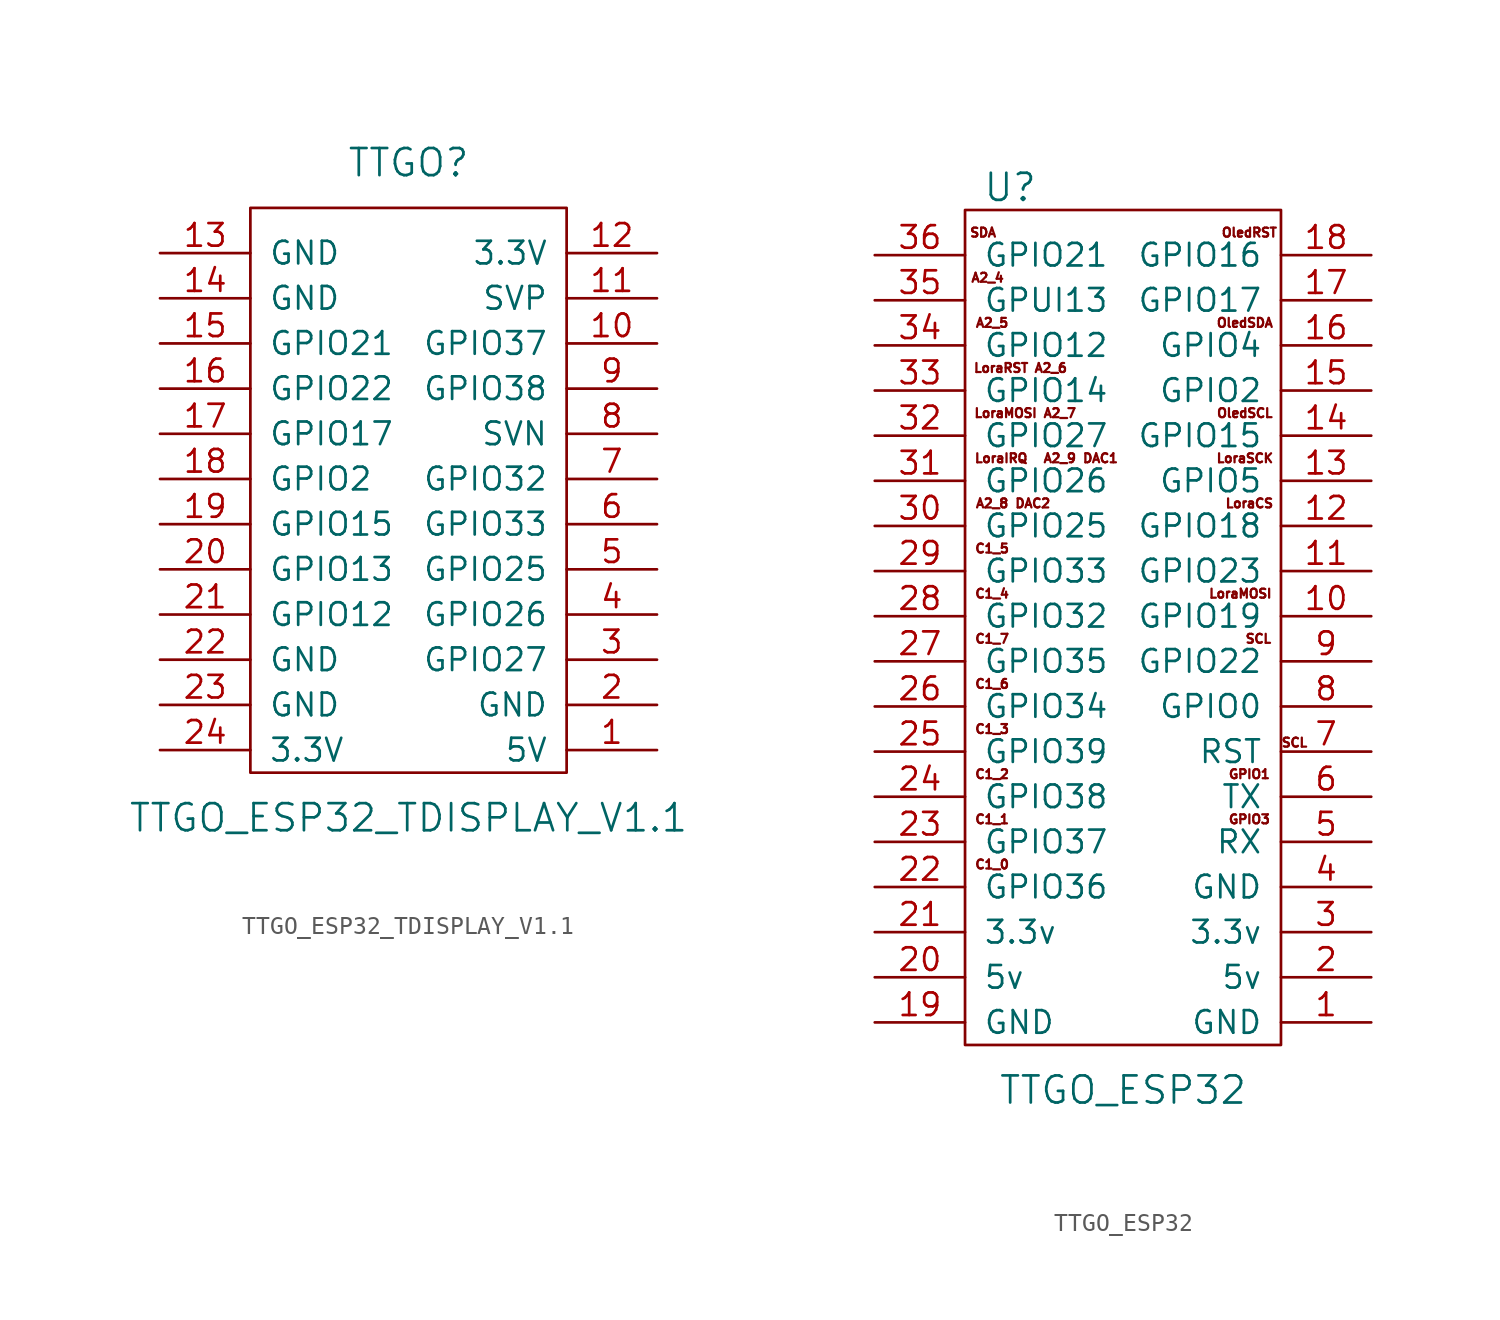
<source format=kicad_sym>
(kicad_symbol_lib
  (version 20211014)
  (generator kicad_symbol_editor)
  (symbol "TTGO_ESP32_TDISPLAY_V1.1"
    (pin_names
      (offset 1.016))
    (property "Reference" "TTGO"
      (at 8.89 34.29 0)
      (effects (font (size 1.524 1.524))))
    (property "Value" "TTGO_ESP32_TDISPLAY_V1.1"
      (at 8.89 -2.54 0)
      (effects (font (size 1.524 1.524))))
    (symbol "TTGO_ESP32_TDISPLAY_V1.1_0_1"
      (rectangle (start 0 0) (end 17.78 31.75) (stroke (width 0) (type default) (color 0 0 0 0)) (fill (type none))))
    (symbol "TTGO_ESP32_TDISPLAY_V1.1_1_1"
      (pin unspecified line (at 22.86 1.27 180) (length 5.08) (name "5V" (effects (font (size 1.27 1.27)))) (number "1" (effects (font (size 1.27 1.27)))))
      (pin unspecified line (at 22.86 24.13 180) (length 5.08) (name "GPIO37" (effects (font (size 1.27 1.27)))) (number "10" (effects (font (size 1.27 1.27)))))
      (pin unspecified line (at 22.86 26.67 180) (length 5.08) (name "SVP" (effects (font (size 1.27 1.27)))) (number "11" (effects (font (size 1.27 1.27)))))
      (pin unspecified line (at 22.86 29.21 180) (length 5.08) (name "3.3V" (effects (font (size 1.27 1.27)))) (number "12" (effects (font (size 1.27 1.27)))))
      (pin unspecified line (at -5.08 29.21 0) (length 5.08) (name "GND" (effects (font (size 1.27 1.27)))) (number "13" (effects (font (size 1.27 1.27)))))
      (pin unspecified line (at -5.08 26.67 0) (length 5.08) (name "GND" (effects (font (size 1.27 1.27)))) (number "14" (effects (font (size 1.27 1.27)))))
      (pin unspecified line (at -5.08 24.13 0) (length 5.08) (name "GPIO21" (effects (font (size 1.27 1.27)))) (number "15" (effects (font (size 1.27 1.27)))))
      (pin unspecified line (at -5.08 21.59 0) (length 5.08) (name "GPIO22" (effects (font (size 1.27 1.27)))) (number "16" (effects (font (size 1.27 1.27)))))
      (pin unspecified line (at -5.08 19.05 0) (length 5.08) (name "GPIO17" (effects (font (size 1.27 1.27)))) (number "17" (effects (font (size 1.27 1.27)))))
      (pin unspecified line (at -5.08 16.51 0) (length 5.08) (name "GPIO2" (effects (font (size 1.27 1.27)))) (number "18" (effects (font (size 1.27 1.27)))))
      (pin unspecified line (at -5.08 13.97 0) (length 5.08) (name "GPIO15" (effects (font (size 1.27 1.27)))) (number "19" (effects (font (size 1.27 1.27)))))
      (pin unspecified line (at 22.86 3.81 180) (length 5.08) (name "GND" (effects (font (size 1.27 1.27)))) (number "2" (effects (font (size 1.27 1.27)))))
      (pin unspecified line (at -5.08 11.43 0) (length 5.08) (name "GPIO13" (effects (font (size 1.27 1.27)))) (number "20" (effects (font (size 1.27 1.27)))))
      (pin unspecified line (at -5.08 8.89 0) (length 5.08) (name "GPIO12" (effects (font (size 1.27 1.27)))) (number "21" (effects (font (size 1.27 1.27)))))
      (pin unspecified line (at -5.08 6.35 0) (length 5.08) (name "GND" (effects (font (size 1.27 1.27)))) (number "22" (effects (font (size 1.27 1.27)))))
      (pin unspecified line (at -5.08 3.81 0) (length 5.08) (name "GND" (effects (font (size 1.27 1.27)))) (number "23" (effects (font (size 1.27 1.27)))))
      (pin unspecified line (at -5.08 1.27 0) (length 5.08) (name "3.3V" (effects (font (size 1.27 1.27)))) (number "24" (effects (font (size 1.27 1.27)))))
      (pin unspecified line (at 22.86 6.35 180) (length 5.08) (name "GPIO27" (effects (font (size 1.27 1.27)))) (number "3" (effects (font (size 1.27 1.27)))))
      (pin unspecified line (at 22.86 8.89 180) (length 5.08) (name "GPIO26" (effects (font (size 1.27 1.27)))) (number "4" (effects (font (size 1.27 1.27)))))
      (pin unspecified line (at 22.86 11.43 180) (length 5.08) (name "GPIO25" (effects (font (size 1.27 1.27)))) (number "5" (effects (font (size 1.27 1.27)))))
      (pin unspecified line (at 22.86 13.97 180) (length 5.08) (name "GPIO33" (effects (font (size 1.27 1.27)))) (number "6" (effects (font (size 1.27 1.27)))))
      (pin unspecified line (at 22.86 16.51 180) (length 5.08) (name "GPIO32" (effects (font (size 1.27 1.27)))) (number "7" (effects (font (size 1.27 1.27)))))
      (pin unspecified line (at 22.86 19.05 180) (length 5.08) (name "SVN" (effects (font (size 1.27 1.27)))) (number "8" (effects (font (size 1.27 1.27)))))
      (pin unspecified line (at 22.86 21.59 180) (length 5.08) (name "GPIO38" (effects (font (size 1.27 1.27)))) (number "9" (effects (font (size 1.27 1.27)))))))
  (symbol "TTGO_ESP32"
    (pin_names
      (offset 1.016))
    (property "Reference" "U"
      (at 2.54 48.26 0)
      (effects (font (size 1.524 1.524))))
    (property "Value" "TTGO_ESP32"
      (at 8.89 -2.54 0)
      (effects (font (size 1.524 1.524))))
    (symbol "TTGO_ESP32_0_0"
      (text "A2_4" (at 1.27 43.18 0) (effects (font (size 0.508 0.508))))
      (text "A2_5" (at 1.524 40.64 0) (effects (font (size 0.508 0.508))))
      (text "A2_6" (at 4.826 38.1 0) (effects (font (size 0.508 0.508))))
      (text "A2_7" (at 5.334 35.56 0) (effects (font (size 0.508 0.508))))
      (text "A2_8" (at 1.524 30.48 0) (effects (font (size 0.508 0.508))))
      (text "A2_9" (at 5.334 33.02 0) (effects (font (size 0.508 0.508))))
      (text "C1_0" (at 1.524 10.16 0) (effects (font (size 0.508 0.508))))
      (text "C1_1" (at 1.524 12.7 0) (effects (font (size 0.508 0.508))))
      (text "C1_2" (at 1.524 15.24 0) (effects (font (size 0.508 0.508))))
      (text "C1_3" (at 1.524 17.78 0) (effects (font (size 0.508 0.508))))
      (text "C1_4" (at 1.524 25.4 0) (effects (font (size 0.508 0.508))))
      (text "C1_5" (at 1.524 27.94 0) (effects (font (size 0.508 0.508))))
      (text "C1_6" (at 1.524 20.32 0) (effects (font (size 0.508 0.508))))
      (text "C1_7" (at 1.524 22.86 0) (effects (font (size 0.508 0.508))))
      (text "DAC1" (at 7.62 33.02 0) (effects (font (size 0.508 0.508))))
      (text "DAC2" (at 3.81 30.48 0) (effects (font (size 0.508 0.508))))
      (text "GPIO1" (at 16.002 15.24 0) (effects (font (size 0.508 0.508))))
      (text "GPIO3" (at 16.002 12.7 0) (effects (font (size 0.508 0.508))))
      (text "LoraCS" (at 16.002 30.48 0) (effects (font (size 0.508 0.508))))
      (text "LoraIRQ" (at 2.032 33.02 0) (effects (font (size 0.508 0.508))))
      (text "LoraMOSI" (at 2.286 35.56 0) (effects (font (size 0.508 0.508))))
      (text "LoraMOSI" (at 15.494 25.4 0) (effects (font (size 0.508 0.508))))
      (text "LoraRST" (at 2.032 38.1 0) (effects (font (size 0.508 0.508))))
      (text "LoraSCK" (at 15.748 33.02 0) (effects (font (size 0.508 0.508))))
      (text "OledRST" (at 16.002 45.72 0) (effects (font (size 0.508 0.508))))
      (text "OledSCL" (at 15.748 35.56 0) (effects (font (size 0.508 0.508))))
      (text "OledSDA" (at 15.748 40.64 0) (effects (font (size 0.508 0.508))))
      (text "SCL" (at 16.51 22.86 0) (effects (font (size 0.508 0.508))))
      (text "SCL" (at 18.542 17.018 0) (effects (font (size 0.508 0.508))))
      (text "SDA" (at 1.016 45.72 0) (effects (font (size 0.508 0.508)))))
    (symbol "TTGO_ESP32_0_1"
      (rectangle (start 0 46.99) (end 17.78 0) (stroke (width 0) (type default) (color 0 0 0 0)) (fill (type none))))
    (symbol "TTGO_ESP32_1_1"
      (pin unspecified line (at 22.86 1.27 180) (length 5.08) (name "GND" (effects (font (size 1.27 1.27)))) (number "1" (effects (font (size 1.27 1.27)))))
      (pin unspecified line (at 22.86 24.13 180) (length 5.08) (name "GPIO19" (effects (font (size 1.27 1.27)))) (number "10" (effects (font (size 1.27 1.27)))))
      (pin unspecified line (at 22.86 26.67 180) (length 5.08) (name "GPIO23" (effects (font (size 1.27 1.27)))) (number "11" (effects (font (size 1.27 1.27)))))
      (pin unspecified line (at 22.86 29.21 180) (length 5.08) (name "GPIO18" (effects (font (size 1.27 1.27)))) (number "12" (effects (font (size 1.27 1.27)))))
      (pin unspecified line (at 22.86 31.75 180) (length 5.08) (name "GPIO5" (effects (font (size 1.27 1.27)))) (number "13" (effects (font (size 1.27 1.27)))))
      (pin unspecified line (at 22.86 34.29 180) (length 5.08) (name "GPIO15" (effects (font (size 1.27 1.27)))) (number "14" (effects (font (size 1.27 1.27)))))
      (pin unspecified line (at 22.86 36.83 180) (length 5.08) (name "GPIO2" (effects (font (size 1.27 1.27)))) (number "15" (effects (font (size 1.27 1.27)))))
      (pin unspecified line (at 22.86 39.37 180) (length 5.08) (name "GPIO4" (effects (font (size 1.27 1.27)))) (number "16" (effects (font (size 1.27 1.27)))))
      (pin unspecified line (at 22.86 41.91 180) (length 5.08) (name "GPIO17" (effects (font (size 1.27 1.27)))) (number "17" (effects (font (size 1.27 1.27)))))
      (pin unspecified line (at 22.86 44.45 180) (length 5.08) (name "GPIO16" (effects (font (size 1.27 1.27)))) (number "18" (effects (font (size 1.27 1.27)))))
      (pin unspecified line (at -5.08 1.27 0) (length 5.08) (name "GND" (effects (font (size 1.27 1.27)))) (number "19" (effects (font (size 1.27 1.27)))))
      (pin unspecified line (at 22.86 3.81 180) (length 5.08) (name "5v" (effects (font (size 1.27 1.27)))) (number "2" (effects (font (size 1.27 1.27)))))
      (pin unspecified line (at -5.08 3.81 0) (length 5.08) (name "5v" (effects (font (size 1.27 1.27)))) (number "20" (effects (font (size 1.27 1.27)))))
      (pin unspecified line (at -5.08 6.35 0) (length 5.08) (name "3.3v" (effects (font (size 1.27 1.27)))) (number "21" (effects (font (size 1.27 1.27)))))
      (pin unspecified line (at -5.08 8.89 0) (length 5.08) (name "GPIO36" (effects (font (size 1.27 1.27)))) (number "22" (effects (font (size 1.27 1.27)))))
      (pin unspecified line (at -5.08 11.43 0) (length 5.08) (name "GPIO37" (effects (font (size 1.27 1.27)))) (number "23" (effects (font (size 1.27 1.27)))))
      (pin unspecified line (at -5.08 13.97 0) (length 5.08) (name "GPIO38" (effects (font (size 1.27 1.27)))) (number "24" (effects (font (size 1.27 1.27)))))
      (pin unspecified line (at -5.08 16.51 0) (length 5.08) (name "GPIO39" (effects (font (size 1.27 1.27)))) (number "25" (effects (font (size 1.27 1.27)))))
      (pin unspecified line (at -5.08 19.05 0) (length 5.08) (name "GPIO34" (effects (font (size 1.27 1.27)))) (number "26" (effects (font (size 1.27 1.27)))))
      (pin unspecified line (at -5.08 21.59 0) (length 5.08) (name "GPIO35" (effects (font (size 1.27 1.27)))) (number "27" (effects (font (size 1.27 1.27)))))
      (pin unspecified line (at -5.08 24.13 0) (length 5.08) (name "GPIO32" (effects (font (size 1.27 1.27)))) (number "28" (effects (font (size 1.27 1.27)))))
      (pin unspecified line (at -5.08 26.67 0) (length 5.08) (name "GPIO33" (effects (font (size 1.27 1.27)))) (number "29" (effects (font (size 1.27 1.27)))))
      (pin unspecified line (at 22.86 6.35 180) (length 5.08) (name "3.3v" (effects (font (size 1.27 1.27)))) (number "3" (effects (font (size 1.27 1.27)))))
      (pin unspecified line (at -5.08 29.21 0) (length 5.08) (name "GPIO25" (effects (font (size 1.27 1.27)))) (number "30" (effects (font (size 1.27 1.27)))))
      (pin unspecified line (at -5.08 31.75 0) (length 5.08) (name "GPIO26" (effects (font (size 1.27 1.27)))) (number "31" (effects (font (size 1.27 1.27)))))
      (pin unspecified line (at -5.08 34.29 0) (length 5.08) (name "GPIO27" (effects (font (size 1.27 1.27)))) (number "32" (effects (font (size 1.27 1.27)))))
      (pin unspecified line (at -5.08 36.83 0) (length 5.08) (name "GPIO14" (effects (font (size 1.27 1.27)))) (number "33" (effects (font (size 1.27 1.27)))))
      (pin unspecified line (at -5.08 39.37 0) (length 5.08) (name "GPIO12" (effects (font (size 1.27 1.27)))) (number "34" (effects (font (size 1.27 1.27)))))
      (pin unspecified line (at -5.08 41.91 0) (length 5.08) (name "GPUI13" (effects (font (size 1.27 1.27)))) (number "35" (effects (font (size 1.27 1.27)))))
      (pin unspecified line (at -5.08 44.45 0) (length 5.08) (name "GPIO21" (effects (font (size 1.27 1.27)))) (number "36" (effects (font (size 1.27 1.27)))))
      (pin unspecified line (at 22.86 8.89 180) (length 5.08) (name "GND" (effects (font (size 1.27 1.27)))) (number "4" (effects (font (size 1.27 1.27)))))
      (pin unspecified line (at 22.86 11.43 180) (length 5.08) (name "RX" (effects (font (size 1.27 1.27)))) (number "5" (effects (font (size 1.27 1.27)))))
      (pin unspecified line (at 22.86 13.97 180) (length 5.08) (name "TX" (effects (font (size 1.27 1.27)))) (number "6" (effects (font (size 1.27 1.27)))))
      (pin unspecified line (at 22.86 16.51 180) (length 5.08) (name "RST" (effects (font (size 1.27 1.27)))) (number "7" (effects (font (size 1.27 1.27)))))
      (pin unspecified line (at 22.86 19.05 180) (length 5.08) (name "GPIO0" (effects (font (size 1.27 1.27)))) (number "8" (effects (font (size 1.27 1.27)))))
      (pin unspecified line (at 22.86 21.59 180) (length 5.08) (name "GPIO22" (effects (font (size 1.27 1.27)))) (number "9" (effects (font (size 1.27 1.27))))))))
</source>
